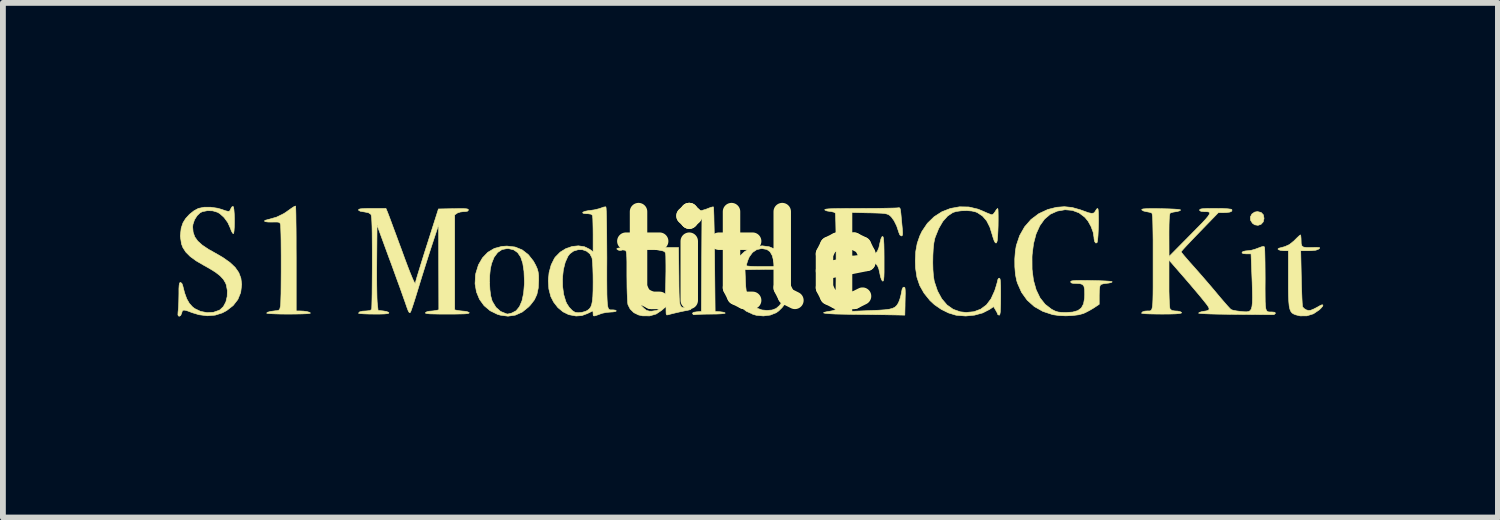
<source format=kicad_pcb>
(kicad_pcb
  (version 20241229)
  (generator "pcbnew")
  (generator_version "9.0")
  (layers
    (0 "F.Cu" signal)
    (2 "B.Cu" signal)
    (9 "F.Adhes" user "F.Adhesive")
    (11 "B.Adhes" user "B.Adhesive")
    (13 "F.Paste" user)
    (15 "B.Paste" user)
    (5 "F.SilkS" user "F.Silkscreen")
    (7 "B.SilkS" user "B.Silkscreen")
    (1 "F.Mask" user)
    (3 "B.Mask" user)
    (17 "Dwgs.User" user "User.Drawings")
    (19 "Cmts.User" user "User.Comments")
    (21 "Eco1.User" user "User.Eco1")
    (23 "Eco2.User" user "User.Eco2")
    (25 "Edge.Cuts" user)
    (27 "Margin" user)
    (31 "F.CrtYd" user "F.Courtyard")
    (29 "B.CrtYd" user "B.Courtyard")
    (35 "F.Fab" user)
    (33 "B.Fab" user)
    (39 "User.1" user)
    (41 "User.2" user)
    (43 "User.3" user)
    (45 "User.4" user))
  (footprint "title"
    (layer "F.Cu")
    (at 9.837 1.418)
    (property "Reference" "title" (at 0 0 0) (layer "F.SilkS") (effects (font (size 1.524 1.524) (thickness 0.3))))
    (attr through_hole)
    (fp_poly (pts (xy 8.767 -0.82) (xy 8.805 -0.78) (xy 8.817 -0.718) (xy 8.803 -0.658) (xy 8.765 -0.616) (xy 8.713 -0.599) (xy 8.657 -0.608) (xy 8.618 -0.635) (xy 8.585 -0.688) (xy 8.583 -0.744) (xy 8.608 -0.793) (xy 8.655 -0.826) (xy 8.704 -0.835) (xy 8.767 -0.82)) (stroke (width 0.01) (type solid)) (fill yes) (layer "F.SilkS"))
    (fp_poly (pts (xy -0.637 -0.915) (xy -0.634 -0.895) (xy -0.632 -0.843) (xy -0.629 -0.761) (xy -0.627 -0.653) (xy -0.624 -0.524) (xy -0.621 -0.375) (xy -0.619 -0.212) (xy -0.617 -0.037) (xy -0.617 -0.012) (xy -0.608 0.88) (xy -0.522 0.885) (xy -0.471 0.892) (xy -0.44 0.902) (xy -0.435 0.908) (xy -0.453 0.915) (xy -0.501 0.92) (xy -0.574 0.924) (xy -0.667 0.925) (xy -0.679 0.925) (xy -0.771 0.926) (xy -0.851 0.928) (xy -0.911 0.931) (xy -0.945 0.934) (xy -0.947 0.935) (xy -0.977 0.936) (xy -0.985 0.932) (xy -0.997 0.909) (xy -0.977 0.894) (xy -0.923 0.886) (xy -0.921 0.886) (xy -0.844 0.88) (xy -0.834 -0.778) (xy -0.916 -0.784) (xy -0.974 -0.792) (xy -0.997 -0.805) (xy -0.986 -0.82) (xy -0.94 -0.834) (xy -0.908 -0.839) (xy -0.832 -0.855) (xy -0.755 -0.879) (xy -0.73 -0.889) (xy -0.68 -0.908) (xy -0.646 -0.916) (xy -0.637 -0.915)) (stroke (width 0.01) (type solid)) (fill yes) (layer "F.SilkS"))
    (fp_poly (pts (xy -4.044 -0.227) (xy -3.922 -0.178) (xy -3.816 -0.096) (xy -3.727 0.017) (xy -3.688 0.088) (xy -3.662 0.147) (xy -3.647 0.201) (xy -3.639 0.264) (xy -3.638 0.345) (xy -3.645 0.478) (xy -3.668 0.586) (xy -3.711 0.68) (xy -3.778 0.767) (xy -3.81 0.801) (xy -3.92 0.89) (xy -4.039 0.943) (xy -4.165 0.961) (xy -4.298 0.943) (xy -4.348 0.928) (xy -4.472 0.867) (xy -4.575 0.78) (xy -4.654 0.671) (xy -4.706 0.544) (xy -4.73 0.406) (xy -4.729 0.387) (xy -4.481 0.387) (xy -4.475 0.506) (xy -4.461 0.613) (xy -4.438 0.696) (xy -4.433 0.708) (xy -4.371 0.81) (xy -4.291 0.88) (xy -4.192 0.92) (xy -4.173 0.924) (xy -4.151 0.92) (xy -4.109 0.91) (xy -4.097 0.906) (xy -4.025 0.868) (xy -3.967 0.797) (xy -3.924 0.696) (xy -3.896 0.565) (xy -3.883 0.406) (xy -3.883 0.357) (xy -3.89 0.188) (xy -3.911 0.051) (xy -3.947 -0.055) (xy -3.999 -0.131) (xy -4.067 -0.178) (xy -4.153 -0.199) (xy -4.18 -0.2) (xy -4.268 -0.183) (xy -4.343 -0.132) (xy -4.404 -0.05) (xy -4.447 0.058) (xy -4.468 0.153) (xy -4.479 0.266) (xy -4.481 0.387) (xy -4.729 0.387) (xy -4.723 0.259) (xy -4.717 0.226) (xy -4.672 0.08) (xy -4.602 -0.041) (xy -4.511 -0.136) (xy -4.4 -0.202) (xy -4.271 -0.237) (xy -4.183 -0.243) (xy -4.044 -0.227)) (stroke (width 0.01) (type solid)) (fill yes) (layer "F.SilkS"))
    (fp_poly (pts (xy -7.812 -0.93) (xy -7.81 -0.91) (xy -7.808 -0.858) (xy -7.806 -0.776) (xy -7.805 -0.668) (xy -7.803 -0.539) (xy -7.802 -0.39) (xy -7.802 -0.227) (xy -7.801 -0.051) (xy -7.801 -0.024) (xy -7.801 0.871) (xy -7.742 0.871) (xy -7.677 0.874) (xy -7.618 0.882) (xy -7.575 0.894) (xy -7.557 0.906) (xy -7.558 0.909) (xy -7.578 0.915) (xy -7.628 0.919) (xy -7.7 0.922) (xy -7.788 0.924) (xy -7.886 0.925) (xy -7.987 0.925) (xy -8.084 0.924) (xy -8.172 0.921) (xy -8.243 0.918) (xy -8.291 0.914) (xy -8.309 0.908) (xy -8.309 0.908) (xy -8.292 0.893) (xy -8.24 0.879) (xy -8.156 0.868) (xy -8.137 0.867) (xy -8.103 0.86) (xy -8.084 0.841) (xy -8.074 0.8) (xy -8.07 0.78) (xy -8.067 0.741) (xy -8.065 0.672) (xy -8.062 0.578) (xy -8.061 0.465) (xy -8.06 0.338) (xy -8.059 0.201) (xy -8.059 0.06) (xy -8.059 -0.08) (xy -8.06 -0.214) (xy -8.061 -0.337) (xy -8.063 -0.444) (xy -8.066 -0.529) (xy -8.068 -0.589) (xy -8.071 -0.615) (xy -8.08 -0.638) (xy -8.096 -0.651) (xy -8.127 -0.656) (xy -8.182 -0.656) (xy -8.215 -0.655) (xy -8.285 -0.656) (xy -8.33 -0.662) (xy -8.347 -0.673) (xy -8.334 -0.685) (xy -8.287 -0.698) (xy -8.287 -0.698) (xy -8.14 -0.739) (xy -8.011 -0.802) (xy -7.937 -0.853) (xy -7.882 -0.892) (xy -7.839 -0.92) (xy -7.814 -0.93) (xy -7.812 -0.93)) (stroke (width 0.01) (type solid)) (fill yes) (layer "F.SilkS"))
    (fp_poly (pts (xy 9.448 -0.419) (xy 9.452 -0.378) (xy 9.453 -0.349) (xy 9.455 -0.285) (xy 9.467 -0.246) (xy 9.495 -0.225) (xy 9.547 -0.218) (xy 9.618 -0.218) (xy 9.699 -0.22) (xy 9.748 -0.219) (xy 9.771 -0.216) (xy 9.773 -0.208) (xy 9.759 -0.194) (xy 9.753 -0.19) (xy 9.707 -0.172) (xy 9.628 -0.164) (xy 9.582 -0.163) (xy 9.447 -0.163) (xy 9.457 0.304) (xy 9.46 0.432) (xy 9.464 0.549) (xy 9.468 0.649) (xy 9.472 0.729) (xy 9.476 0.781) (xy 9.479 0.801) (xy 9.504 0.829) (xy 9.543 0.853) (xy 9.581 0.863) (xy 9.62 0.859) (xy 9.673 0.837) (xy 9.727 0.809) (xy 9.771 0.784) (xy 9.783 0.777) (xy 9.813 0.765) (xy 9.828 0.769) (xy 9.824 0.788) (xy 9.797 0.821) (xy 9.767 0.851) (xy 9.665 0.92) (xy 9.553 0.955) (xy 9.436 0.956) (xy 9.362 0.938) (xy 9.327 0.924) (xy 9.298 0.906) (xy 9.277 0.879) (xy 9.261 0.841) (xy 9.249 0.787) (xy 9.242 0.713) (xy 9.237 0.614) (xy 9.235 0.488) (xy 9.235 0.33) (xy 9.235 0.313) (xy 9.235 -0.163) (xy 9.154 -0.163) (xy 9.104 -0.168) (xy 9.069 -0.179) (xy 9.055 -0.192) (xy 9.07 -0.205) (xy 9.075 -0.207) (xy 9.106 -0.215) (xy 9.157 -0.229) (xy 9.178 -0.235) (xy 9.253 -0.269) (xy 9.331 -0.332) (xy 9.345 -0.346) (xy 9.39 -0.391) (xy 9.425 -0.423) (xy 9.442 -0.435) (xy 9.442 -0.435) (xy 9.448 -0.419)) (stroke (width 0.01) (type solid)) (fill yes) (layer "F.SilkS"))
    (fp_poly (pts (xy 0.32 -0.231) (xy 0.43 -0.185) (xy 0.524 -0.114) (xy 0.557 -0.076) (xy 0.593 -0.018) (xy 0.62 0.043) (xy 0.633 0.098) (xy 0.631 0.135) (xy 0.627 0.141) (xy 0.604 0.146) (xy 0.554 0.151) (xy 0.481 0.154) (xy 0.395 0.155) (xy 0.393 0.156) (xy 0.291 0.156) (xy 0.186 0.158) (xy 0.093 0.159) (xy 0.038 0.16) (xy -0.095 0.163) (xy -0.087 0.361) (xy -0.082 0.455) (xy -0.074 0.525) (xy -0.062 0.579) (xy -0.043 0.63) (xy -0.029 0.661) (xy 0.031 0.757) (xy 0.104 0.82) (xy 0.194 0.854) (xy 0.281 0.862) (xy 0.37 0.855) (xy 0.439 0.829) (xy 0.496 0.78) (xy 0.549 0.706) (xy 0.59 0.646) (xy 0.617 0.62) (xy 0.632 0.627) (xy 0.635 0.65) (xy 0.622 0.696) (xy 0.587 0.755) (xy 0.539 0.816) (xy 0.484 0.87) (xy 0.442 0.901) (xy 0.339 0.942) (xy 0.221 0.957) (xy 0.101 0.946) (xy 0.042 0.929) (xy -0.074 0.875) (xy -0.168 0.801) (xy -0.244 0.701) (xy -0.294 0.604) (xy -0.316 0.545) (xy -0.328 0.482) (xy -0.332 0.4) (xy -0.332 0.363) (xy -0.317 0.202) (xy -0.284 0.094) (xy -0.073 0.094) (xy -0.056 0.099) (xy -0.009 0.104) (xy 0.061 0.107) (xy 0.147 0.109) (xy 0.17 0.109) (xy 0.412 0.109) (xy 0.398 0.019) (xy 0.373 -0.079) (xy 0.335 -0.146) (xy 0.279 -0.185) (xy 0.202 -0.199) (xy 0.187 -0.2) (xy 0.106 -0.182) (xy 0.035 -0.134) (xy -0.021 -0.058) (xy -0.044 -0.005) (xy -0.061 0.047) (xy -0.071 0.084) (xy -0.073 0.094) (xy -0.284 0.094) (xy -0.274 0.063) (xy -0.203 -0.053) (xy -0.103 -0.147) (xy -0.034 -0.19) (xy 0.081 -0.234) (xy 0.202 -0.247) (xy 0.32 -0.231)) (stroke (width 0.01) (type solid)) (fill yes) (layer "F.SilkS"))
    (fp_poly (pts (xy -1.878 0.779) (xy -1.829 0.828) (xy -1.788 0.86) (xy -1.741 0.874) (xy -1.697 0.875) (xy -1.607 0.861) (xy -1.539 0.819) (xy -1.493 0.757) (xy -1.482 0.732) (xy -1.473 0.7) (xy -1.467 0.654) (xy -1.462 0.59) (xy -1.459 0.503) (xy -1.456 0.388) (xy -1.455 0.311) (xy -1.453 0.194) (xy -1.453 0.087) (xy -1.454 -0.003) (xy -1.455 -0.072) (xy -1.458 -0.112) (xy -1.459 -0.117) (xy -1.472 -0.143) (xy -1.501 -0.159) (xy -1.556 -0.17) (xy -1.561 -0.171) (xy -1.618 -0.181) (xy -1.642 -0.192) (xy -1.635 -0.201) (xy -1.598 -0.21) (xy -1.534 -0.215) (xy -1.445 -0.218) (xy -1.433 -0.218) (xy -1.236 -0.218) (xy -1.23 0.282) (xy -1.229 0.435) (xy -1.227 0.556) (xy -1.224 0.648) (xy -1.218 0.715) (xy -1.21 0.762) (xy -1.197 0.791) (xy -1.179 0.808) (xy -1.155 0.815) (xy -1.124 0.816) (xy -1.093 0.816) (xy -1.039 0.821) (xy -1.018 0.833) (xy -1.031 0.848) (xy -1.079 0.86) (xy -1.084 0.861) (xy -1.138 0.871) (xy -1.213 0.887) (xy -1.296 0.906) (xy -1.373 0.925) (xy -1.42 0.938) (xy -1.44 0.939) (xy -1.449 0.919) (xy -1.451 0.871) (xy -1.451 0.794) (xy -1.523 0.858) (xy -1.621 0.924) (xy -1.732 0.956) (xy -1.854 0.955) (xy -1.923 0.94) (xy -2.003 0.901) (xy -2.067 0.838) (xy -2.105 0.763) (xy -2.11 0.727) (xy -2.114 0.66) (xy -2.118 0.569) (xy -2.121 0.461) (xy -2.122 0.34) (xy -2.123 0.269) (xy -2.123 0.133) (xy -2.123 0.029) (xy -2.125 -0.047) (xy -2.128 -0.101) (xy -2.132 -0.135) (xy -2.138 -0.156) (xy -2.147 -0.167) (xy -2.158 -0.172) (xy -2.159 -0.172) (xy -2.197 -0.177) (xy -2.213 -0.172) (xy -2.242 -0.167) (xy -2.273 -0.175) (xy -2.294 -0.19) (xy -2.294 -0.201) (xy -2.273 -0.208) (xy -2.223 -0.213) (xy -2.153 -0.217) (xy -2.086 -0.218) (xy -1.888 -0.218) (xy -1.878 0.779)) (stroke (width 0.01) (type solid)) (fill yes) (layer "F.SilkS"))
    (fp_poly (pts (xy 3.748 -0.914) (xy 3.906 -0.877) (xy 3.993 -0.841) (xy 4.058 -0.812) (xy 4.111 -0.791) (xy 4.144 -0.78) (xy 4.147 -0.78) (xy 4.171 -0.795) (xy 4.198 -0.831) (xy 4.2 -0.835) (xy 4.223 -0.871) (xy 4.243 -0.889) (xy 4.244 -0.889) (xy 4.249 -0.872) (xy 4.251 -0.826) (xy 4.252 -0.759) (xy 4.252 -0.679) (xy 4.251 -0.591) (xy 4.248 -0.505) (xy 4.244 -0.427) (xy 4.239 -0.365) (xy 4.235 -0.33) (xy 4.222 -0.297) (xy 4.204 -0.298) (xy 4.184 -0.332) (xy 4.162 -0.396) (xy 4.152 -0.431) (xy 4.109 -0.569) (xy 4.054 -0.677) (xy 3.984 -0.758) (xy 3.897 -0.816) (xy 3.87 -0.828) (xy 3.801 -0.845) (xy 3.713 -0.852) (xy 3.618 -0.849) (xy 3.531 -0.837) (xy 3.474 -0.819) (xy 3.384 -0.759) (xy 3.302 -0.667) (xy 3.231 -0.545) (xy 3.171 -0.396) (xy 3.163 -0.371) (xy 3.148 -0.297) (xy 3.137 -0.197) (xy 3.131 -0.08) (xy 3.129 0.043) (xy 3.132 0.163) (xy 3.14 0.269) (xy 3.153 0.353) (xy 3.155 0.363) (xy 3.21 0.527) (xy 3.283 0.662) (xy 3.373 0.768) (xy 3.479 0.843) (xy 3.601 0.886) (xy 3.701 0.897) (xy 3.837 0.884) (xy 3.953 0.84) (xy 4.051 0.767) (xy 4.13 0.662) (xy 4.192 0.525) (xy 4.197 0.51) (xy 4.219 0.439) (xy 4.236 0.38) (xy 4.245 0.342) (xy 4.245 0.336) (xy 4.259 0.312) (xy 4.271 0.308) (xy 4.28 0.314) (xy 4.287 0.335) (xy 4.291 0.375) (xy 4.294 0.44) (xy 4.295 0.532) (xy 4.295 0.626) (xy 4.294 0.745) (xy 4.291 0.832) (xy 4.288 0.891) (xy 4.282 0.926) (xy 4.274 0.942) (xy 4.269 0.943) (xy 4.247 0.935) (xy 4.245 0.93) (xy 4.237 0.907) (xy 4.215 0.867) (xy 4.209 0.857) (xy 4.173 0.797) (xy 4.105 0.844) (xy 3.986 0.905) (xy 3.846 0.943) (xy 3.695 0.958) (xy 3.541 0.946) (xy 3.52 0.942) (xy 3.399 0.905) (xy 3.274 0.843) (xy 3.159 0.764) (xy 3.082 0.693) (xy 2.979 0.565) (xy 2.905 0.434) (xy 2.857 0.292) (xy 2.833 0.131) (xy 2.829 0.009) (xy 2.837 -0.152) (xy 2.862 -0.29) (xy 2.907 -0.419) (xy 2.944 -0.496) (xy 3.037 -0.634) (xy 3.152 -0.746) (xy 3.286 -0.832) (xy 3.433 -0.889) (xy 3.588 -0.917) (xy 3.748 -0.914)) (stroke (width 0.01) (type solid)) (fill yes) (layer "F.SilkS"))
    (fp_poly (pts (xy -8.877 -0.909) (xy -8.87 -0.864) (xy -8.865 -0.799) (xy -8.862 -0.723) (xy -8.862 -0.644) (xy -8.864 -0.569) (xy -8.868 -0.508) (xy -8.874 -0.467) (xy -8.881 -0.456) (xy -8.896 -0.469) (xy -8.916 -0.507) (xy -8.931 -0.549) (xy -8.975 -0.646) (xy -9.038 -0.733) (xy -9.111 -0.799) (xy -9.151 -0.823) (xy -9.234 -0.848) (xy -9.326 -0.851) (xy -9.411 -0.834) (xy -9.449 -0.816) (xy -9.502 -0.766) (xy -9.547 -0.695) (xy -9.574 -0.616) (xy -9.579 -0.572) (xy -9.571 -0.481) (xy -9.543 -0.401) (xy -9.492 -0.329) (xy -9.414 -0.259) (xy -9.307 -0.187) (xy -9.215 -0.136) (xy -9.061 -0.047) (xy -8.939 0.039) (xy -8.849 0.124) (xy -8.787 0.213) (xy -8.751 0.308) (xy -8.738 0.411) (xy -8.738 0.419) (xy -8.754 0.553) (xy -8.803 0.674) (xy -8.884 0.778) (xy -8.996 0.865) (xy -9.071 0.905) (xy -9.192 0.943) (xy -9.327 0.954) (xy -9.47 0.936) (xy -9.586 0.901) (xy -9.662 0.872) (xy -9.712 0.858) (xy -9.741 0.858) (xy -9.757 0.873) (xy -9.766 0.903) (xy -9.767 0.907) (xy -9.785 0.95) (xy -9.808 0.962) (xy -9.825 0.956) (xy -9.832 0.936) (xy -9.83 0.891) (xy -9.827 0.866) (xy -9.822 0.807) (xy -9.818 0.724) (xy -9.816 0.631) (xy -9.815 0.576) (xy -9.815 0.488) (xy -9.811 0.43) (xy -9.805 0.397) (xy -9.796 0.383) (xy -9.788 0.381) (xy -9.765 0.397) (xy -9.751 0.431) (xy -9.717 0.563) (xy -9.68 0.664) (xy -9.636 0.741) (xy -9.583 0.8) (xy -9.545 0.83) (xy -9.443 0.879) (xy -9.333 0.9) (xy -9.222 0.894) (xy -9.122 0.859) (xy -9.109 0.851) (xy -9.051 0.796) (xy -9.009 0.717) (xy -8.986 0.622) (xy -8.983 0.522) (xy -9.001 0.424) (xy -9.015 0.389) (xy -9.052 0.327) (xy -9.108 0.267) (xy -9.188 0.205) (xy -9.295 0.139) (xy -9.381 0.091) (xy -9.517 0.012) (xy -9.62 -0.063) (xy -9.696 -0.139) (xy -9.747 -0.218) (xy -9.771 -0.281) (xy -9.791 -0.416) (xy -9.776 -0.55) (xy -9.744 -0.644) (xy -9.699 -0.716) (xy -9.633 -0.788) (xy -9.556 -0.849) (xy -9.482 -0.889) (xy -9.478 -0.89) (xy -9.382 -0.91) (xy -9.269 -0.91) (xy -9.153 -0.893) (xy -9.082 -0.873) (xy -9.015 -0.849) (xy -8.973 -0.839) (xy -8.95 -0.841) (xy -8.936 -0.856) (xy -8.926 -0.88) (xy -8.906 -0.914) (xy -8.886 -0.925) (xy -8.877 -0.909)) (stroke (width 0.01) (type solid)) (fill yes) (layer "F.SilkS"))
    (fp_poly (pts (xy 5.52 -0.906) (xy 5.662 -0.866) (xy 5.723 -0.844) (xy 5.803 -0.815) (xy 5.858 -0.804) (xy 5.895 -0.811) (xy 5.918 -0.838) (xy 5.923 -0.848) (xy 5.944 -0.88) (xy 5.961 -0.889) (xy 5.968 -0.872) (xy 5.972 -0.826) (xy 5.974 -0.759) (xy 5.975 -0.677) (xy 5.973 -0.589) (xy 5.97 -0.501) (xy 5.966 -0.42) (xy 5.96 -0.355) (xy 5.953 -0.312) (xy 5.948 -0.3) (xy 5.928 -0.295) (xy 5.91 -0.318) (xy 5.899 -0.364) (xy 5.897 -0.394) (xy 5.883 -0.481) (xy 5.847 -0.578) (xy 5.796 -0.67) (xy 5.742 -0.736) (xy 5.641 -0.813) (xy 5.526 -0.856) (xy 5.4 -0.867) (xy 5.265 -0.843) (xy 5.263 -0.842) (xy 5.147 -0.79) (xy 5.048 -0.706) (xy 4.967 -0.593) (xy 4.903 -0.452) (xy 4.859 -0.285) (xy 4.835 -0.094) (xy 4.833 -0.054) (xy 4.834 0.156) (xy 4.858 0.344) (xy 4.904 0.508) (xy 4.971 0.647) (xy 5.059 0.758) (xy 5.167 0.841) (xy 5.174 0.845) (xy 5.229 0.873) (xy 5.279 0.889) (xy 5.336 0.896) (xy 5.415 0.898) (xy 5.416 0.898) (xy 5.533 0.89) (xy 5.62 0.865) (xy 5.68 0.82) (xy 5.718 0.75) (xy 5.735 0.653) (xy 5.738 0.587) (xy 5.736 0.503) (xy 5.725 0.448) (xy 5.699 0.416) (xy 5.656 0.402) (xy 5.595 0.399) (xy 5.536 0.397) (xy 5.505 0.388) (xy 5.497 0.372) (xy 5.501 0.362) (xy 5.516 0.355) (xy 5.547 0.351) (xy 5.598 0.348) (xy 5.673 0.347) (xy 5.777 0.348) (xy 5.856 0.349) (xy 5.988 0.352) (xy 6.091 0.356) (xy 6.163 0.361) (xy 6.203 0.367) (xy 6.21 0.372) (xy 6.191 0.384) (xy 6.147 0.393) (xy 6.119 0.396) (xy 6.063 0.403) (xy 6.021 0.415) (xy 6.01 0.421) (xy 5.997 0.451) (xy 5.989 0.517) (xy 5.987 0.598) (xy 5.987 0.757) (xy 5.892 0.82) (xy 5.825 0.86) (xy 5.754 0.897) (xy 5.715 0.915) (xy 5.633 0.937) (xy 5.529 0.95) (xy 5.413 0.955) (xy 5.298 0.95) (xy 5.197 0.936) (xy 5.19 0.935) (xy 5.02 0.879) (xy 4.873 0.796) (xy 4.75 0.686) (xy 4.653 0.551) (xy 4.583 0.393) (xy 4.569 0.347) (xy 4.548 0.241) (xy 4.538 0.113) (xy 4.537 -0.022) (xy 4.547 -0.152) (xy 4.563 -0.251) (xy 4.621 -0.423) (xy 4.706 -0.573) (xy 4.816 -0.699) (xy 4.949 -0.799) (xy 5.104 -0.871) (xy 5.255 -0.909) (xy 5.388 -0.919) (xy 5.52 -0.906)) (stroke (width 0.01) (type solid)) (fill yes) (layer "F.SilkS"))
    (fp_poly (pts (xy -2.484 -0.915) (xy -2.48 -0.895) (xy -2.477 -0.843) (xy -2.474 -0.76) (xy -2.472 -0.651) (xy -2.47 -0.519) (xy -2.469 -0.367) (xy -2.468 -0.198) (xy -2.467 -0.037) (xy -2.468 0.166) (xy -2.468 0.335) (xy -2.467 0.475) (xy -2.466 0.587) (xy -2.463 0.674) (xy -2.459 0.74) (xy -2.453 0.788) (xy -2.445 0.82) (xy -2.434 0.84) (xy -2.42 0.85) (xy -2.403 0.853) (xy -2.382 0.853) (xy -2.357 0.853) (xy -2.32 0.858) (xy -2.304 0.871) (xy -2.321 0.881) (xy -2.363 0.888) (xy -2.399 0.89) (xy -2.472 0.896) (xy -2.543 0.91) (xy -2.567 0.918) (xy -2.635 0.943) (xy -2.675 0.956) (xy -2.695 0.955) (xy -2.702 0.942) (xy -2.703 0.918) (xy -2.705 0.883) (xy -2.708 0.871) (xy -2.725 0.878) (xy -2.765 0.898) (xy -2.802 0.916) (xy -2.897 0.951) (xy -2.996 0.958) (xy -3.109 0.937) (xy -3.127 0.932) (xy -3.22 0.886) (xy -3.308 0.813) (xy -3.381 0.719) (xy -3.429 0.625) (xy -3.463 0.494) (xy -3.472 0.353) (xy -3.468 0.305) (xy -3.229 0.305) (xy -3.227 0.449) (xy -3.209 0.586) (xy -3.173 0.706) (xy -3.156 0.744) (xy -3.113 0.81) (xy -3.059 0.866) (xy -3.012 0.895) (xy -2.962 0.902) (xy -2.897 0.896) (xy -2.833 0.878) (xy -2.801 0.862) (xy -2.769 0.837) (xy -2.745 0.806) (xy -2.728 0.763) (xy -2.716 0.704) (xy -2.708 0.624) (xy -2.704 0.518) (xy -2.703 0.382) (xy -2.703 0.368) (xy -2.704 0.255) (xy -2.707 0.151) (xy -2.711 0.062) (xy -2.717 -0.005) (xy -2.722 -0.04) (xy -2.758 -0.109) (xy -2.814 -0.155) (xy -2.885 -0.18) (xy -2.962 -0.18) (xy -3.037 -0.158) (xy -3.102 -0.111) (xy -3.135 -0.068) (xy -3.182 0.036) (xy -3.214 0.164) (xy -3.229 0.305) (xy -3.468 0.305) (xy -3.459 0.212) (xy -3.423 0.08) (xy -3.367 -0.033) (xy -3.35 -0.056) (xy -3.268 -0.139) (xy -3.171 -0.199) (xy -3.064 -0.236) (xy -2.956 -0.247) (xy -2.853 -0.232) (xy -2.762 -0.188) (xy -2.751 -0.18) (xy -2.703 -0.143) (xy -2.703 -0.442) (xy -2.704 -0.544) (xy -2.706 -0.635) (xy -2.708 -0.707) (xy -2.712 -0.755) (xy -2.714 -0.77) (xy -2.737 -0.79) (xy -2.787 -0.798) (xy -2.807 -0.798) (xy -2.861 -0.802) (xy -2.883 -0.813) (xy -2.876 -0.826) (xy -2.841 -0.84) (xy -2.781 -0.852) (xy -2.756 -0.854) (xy -2.681 -0.865) (xy -2.61 -0.882) (xy -2.57 -0.895) (xy -2.523 -0.912) (xy -2.489 -0.917) (xy -2.484 -0.915)) (stroke (width 0.01) (type solid)) (fill yes) (layer "F.SilkS"))
    (fp_poly (pts (xy 2.566 -0.892) (xy 2.574 -0.863) (xy 2.581 -0.807) (xy 2.584 -0.777) (xy 2.592 -0.689) (xy 2.601 -0.596) (xy 2.607 -0.531) (xy 2.611 -0.468) (xy 2.609 -0.433) (xy 2.6 -0.419) (xy 2.589 -0.417) (xy 2.563 -0.435) (xy 2.542 -0.488) (xy 2.541 -0.494) (xy 2.509 -0.589) (xy 2.466 -0.676) (xy 2.417 -0.744) (xy 2.389 -0.77) (xy 2.367 -0.784) (xy 2.339 -0.794) (xy 2.302 -0.802) (xy 2.247 -0.807) (xy 2.17 -0.81) (xy 2.063 -0.813) (xy 2.04 -0.813) (xy 1.742 -0.82) (xy 1.742 -0.073) (xy 1.893 -0.073) (xy 2.003 -0.076) (xy 2.084 -0.087) (xy 2.14 -0.112) (xy 2.178 -0.153) (xy 2.204 -0.216) (xy 2.222 -0.299) (xy 2.239 -0.366) (xy 2.257 -0.403) (xy 2.267 -0.408) (xy 2.275 -0.402) (xy 2.282 -0.379) (xy 2.286 -0.337) (xy 2.29 -0.272) (xy 2.292 -0.179) (xy 2.293 -0.054) (xy 2.293 -0.022) (xy 2.293 0.107) (xy 2.293 0.205) (xy 2.291 0.275) (xy 2.287 0.321) (xy 2.282 0.347) (xy 2.275 0.358) (xy 2.269 0.359) (xy 2.25 0.337) (xy 2.231 0.282) (xy 2.22 0.227) (xy 2.203 0.151) (xy 2.183 0.101) (xy 2.154 0.063) (xy 2.141 0.05) (xy 2.113 0.027) (xy 2.085 0.012) (xy 2.048 0.004) (xy 1.993 0.001) (xy 1.914 0) (xy 1.742 0) (xy 1.742 0.877) (xy 2.072 0.864) (xy 2.206 0.858) (xy 2.308 0.851) (xy 2.384 0.841) (xy 2.44 0.826) (xy 2.48 0.806) (xy 2.51 0.778) (xy 2.534 0.741) (xy 2.542 0.726) (xy 2.564 0.669) (xy 2.583 0.598) (xy 2.59 0.562) (xy 2.603 0.498) (xy 2.619 0.467) (xy 2.631 0.463) (xy 2.641 0.464) (xy 2.649 0.47) (xy 2.653 0.486) (xy 2.656 0.517) (xy 2.657 0.569) (xy 2.655 0.646) (xy 2.653 0.752) (xy 2.653 0.78) (xy 2.649 0.943) (xy 2.463 0.939) (xy 2.394 0.938) (xy 2.296 0.936) (xy 2.176 0.935) (xy 2.041 0.933) (xy 1.897 0.931) (xy 1.764 0.93) (xy 1.59 0.927) (xy 1.452 0.924) (xy 1.35 0.918) (xy 1.284 0.912) (xy 1.254 0.905) (xy 1.261 0.896) (xy 1.303 0.886) (xy 1.347 0.879) (xy 1.403 0.868) (xy 1.444 0.855) (xy 1.456 0.846) (xy 1.459 0.824) (xy 1.461 0.769) (xy 1.464 0.688) (xy 1.465 0.584) (xy 1.467 0.461) (xy 1.468 0.325) (xy 1.469 0.179) (xy 1.469 0.028) (xy 1.469 -0.123) (xy 1.468 -0.269) (xy 1.467 -0.407) (xy 1.466 -0.532) (xy 1.464 -0.639) (xy 1.461 -0.724) (xy 1.459 -0.782) (xy 1.456 -0.81) (xy 1.455 -0.811) (xy 1.43 -0.825) (xy 1.383 -0.836) (xy 1.362 -0.838) (xy 1.312 -0.846) (xy 1.279 -0.86) (xy 1.274 -0.866) (xy 1.28 -0.873) (xy 1.302 -0.878) (xy 1.343 -0.882) (xy 1.408 -0.885) (xy 1.497 -0.887) (xy 1.616 -0.888) (xy 1.766 -0.889) (xy 1.881 -0.889) (xy 2.028 -0.89) (xy 2.165 -0.89) (xy 2.287 -0.892) (xy 2.389 -0.894) (xy 2.468 -0.896) (xy 2.517 -0.898) (xy 2.533 -0.9) (xy 2.553 -0.902) (xy 2.566 -0.892)) (stroke (width 0.01) (type solid)) (fill yes) (layer "F.SilkS"))
    (fp_poly (pts (xy -6.235 -0.83) (xy -6.223 -0.799) (xy -6.2 -0.739) (xy -6.168 -0.653) (xy -6.129 -0.547) (xy -6.083 -0.424) (xy -6.034 -0.29) (xy -5.995 -0.186) (xy -5.933 -0.016) (xy -5.881 0.122) (xy -5.839 0.229) (xy -5.806 0.309) (xy -5.782 0.362) (xy -5.766 0.391) (xy -5.756 0.398) (xy -5.752 0.385) (xy -5.751 0.376) (xy -5.746 0.354) (xy -5.731 0.301) (xy -5.707 0.222) (xy -5.676 0.121) (xy -5.639 0.001) (xy -5.597 -0.133) (xy -5.555 -0.264) (xy -5.359 -0.88) (xy -5.101 -0.885) (xy -4.999 -0.886) (xy -4.927 -0.886) (xy -4.881 -0.883) (xy -4.856 -0.878) (xy -4.845 -0.869) (xy -4.844 -0.862) (xy -4.855 -0.844) (xy -4.891 -0.836) (xy -4.922 -0.835) (xy -4.981 -0.828) (xy -5.031 -0.812) (xy -5.04 -0.806) (xy -5.08 -0.778) (xy -5.08 0.852) (xy -5.039 0.861) (xy -4.995 0.868) (xy -4.936 0.874) (xy -4.918 0.875) (xy -4.868 0.883) (xy -4.835 0.896) (xy -4.83 0.903) (xy -4.836 0.91) (xy -4.859 0.916) (xy -4.905 0.921) (xy -4.977 0.923) (xy -5.077 0.925) (xy -5.207 0.925) (xy -5.34 0.925) (xy -5.44 0.923) (xy -5.51 0.921) (xy -5.556 0.916) (xy -5.579 0.91) (xy -5.584 0.903) (xy -5.562 0.887) (xy -5.519 0.876) (xy -5.505 0.875) (xy -5.447 0.87) (xy -5.398 0.862) (xy -5.393 0.861) (xy -5.352 0.852) (xy -5.354 0.122) (xy -5.356 -0.608) (xy -5.464 -0.281) (xy -5.503 -0.162) (xy -5.549 -0.018) (xy -5.598 0.137) (xy -5.647 0.293) (xy -5.692 0.439) (xy -5.699 0.462) (xy -5.735 0.58) (xy -5.768 0.686) (xy -5.797 0.775) (xy -5.82 0.843) (xy -5.835 0.884) (xy -5.841 0.895) (xy -5.852 0.902) (xy -5.863 0.894) (xy -5.878 0.868) (xy -5.897 0.819) (xy -5.924 0.741) (xy -5.934 0.712) (xy -5.954 0.656) (xy -5.984 0.571) (xy -6.022 0.464) (xy -6.068 0.339) (xy -6.118 0.201) (xy -6.17 0.057) (xy -6.201 -0.025) (xy -6.413 -0.604) (xy -6.418 0.004) (xy -6.419 0.155) (xy -6.419 0.301) (xy -6.418 0.434) (xy -6.416 0.551) (xy -6.414 0.646) (xy -6.411 0.713) (xy -6.409 0.736) (xy -6.395 0.862) (xy -6.306 0.871) (xy -6.253 0.88) (xy -6.217 0.894) (xy -6.209 0.903) (xy -6.215 0.912) (xy -6.24 0.918) (xy -6.291 0.923) (xy -6.37 0.925) (xy -6.466 0.925) (xy -6.56 0.924) (xy -6.639 0.921) (xy -6.697 0.917) (xy -6.728 0.912) (xy -6.731 0.909) (xy -6.714 0.888) (xy -6.664 0.875) (xy -6.595 0.871) (xy -6.537 0.865) (xy -6.509 0.847) (xy -6.506 0.842) (xy -6.504 0.818) (xy -6.502 0.762) (xy -6.5 0.678) (xy -6.498 0.568) (xy -6.497 0.438) (xy -6.496 0.291) (xy -6.495 0.131) (xy -6.495 0.029) (xy -6.495 -0.168) (xy -6.496 -0.333) (xy -6.497 -0.466) (xy -6.499 -0.572) (xy -6.502 -0.654) (xy -6.505 -0.713) (xy -6.51 -0.754) (xy -6.515 -0.779) (xy -6.519 -0.788) (xy -6.56 -0.815) (xy -6.634 -0.83) (xy -6.637 -0.83) (xy -6.701 -0.841) (xy -6.729 -0.857) (xy -6.731 -0.864) (xy -6.724 -0.875) (xy -6.699 -0.882) (xy -6.653 -0.886) (xy -6.579 -0.889) (xy -6.495 -0.889) (xy -6.26 -0.889) (xy -6.235 -0.83)) (stroke (width 0.01) (type solid)) (fill yes) (layer "F.SilkS"))
    (fp_poly (pts (xy 8.106 -0.888) (xy 8.194 -0.883) (xy 8.248 -0.876) (xy 8.265 -0.869) (xy 8.265 -0.844) (xy 8.232 -0.827) (xy 8.168 -0.818) (xy 8.13 -0.817) (xy 8.032 -0.816) (xy 7.713 -0.487) (xy 7.626 -0.397) (xy 7.548 -0.315) (xy 7.482 -0.245) (xy 7.432 -0.191) (xy 7.402 -0.156) (xy 7.393 -0.144) (xy 7.405 -0.127) (xy 7.437 -0.087) (xy 7.485 -0.031) (xy 7.545 0.038) (xy 7.587 0.085) (xy 7.667 0.175) (xy 7.761 0.282) (xy 7.86 0.397) (xy 7.954 0.507) (xy 8 0.562) (xy 8.071 0.647) (xy 8.136 0.722) (xy 8.19 0.784) (xy 8.23 0.827) (xy 8.251 0.847) (xy 8.284 0.859) (xy 8.341 0.87) (xy 8.411 0.879) (xy 8.42 0.88) (xy 8.474 0.885) (xy 8.518 0.886) (xy 8.552 0.881) (xy 8.579 0.866) (xy 8.598 0.838) (xy 8.61 0.793) (xy 8.617 0.728) (xy 8.619 0.64) (xy 8.617 0.526) (xy 8.613 0.382) (xy 8.606 0.205) (xy 8.606 0.204) (xy 8.594 -0.109) (xy 8.515 -0.109) (xy 8.463 -0.113) (xy 8.438 -0.125) (xy 8.444 -0.141) (xy 8.465 -0.152) (xy 8.503 -0.16) (xy 8.551 -0.164) (xy 8.6 -0.171) (xy 8.664 -0.189) (xy 8.712 -0.207) (xy 8.771 -0.229) (xy 8.804 -0.237) (xy 8.821 -0.231) (xy 8.825 -0.223) (xy 8.828 -0.199) (xy 8.83 -0.143) (xy 8.832 -0.06) (xy 8.834 0.044) (xy 8.835 0.166) (xy 8.836 0.3) (xy 8.836 0.335) (xy 8.835 0.492) (xy 8.836 0.615) (xy 8.837 0.711) (xy 8.841 0.781) (xy 8.847 0.83) (xy 8.857 0.861) (xy 8.872 0.879) (xy 8.892 0.887) (xy 8.918 0.889) (xy 8.951 0.889) (xy 8.956 0.889) (xy 9.002 0.894) (xy 9.013 0.91) (xy 9.012 0.912) (xy 8.99 0.933) (xy 8.979 0.935) (xy 8.956 0.935) (xy 8.9 0.934) (xy 8.817 0.934) (xy 8.71 0.933) (xy 8.585 0.932) (xy 8.445 0.931) (xy 8.323 0.93) (xy 8.162 0.928) (xy 8.019 0.926) (xy 7.898 0.923) (xy 7.802 0.919) (xy 7.734 0.915) (xy 7.698 0.91) (xy 7.693 0.908) (xy 7.709 0.895) (xy 7.749 0.883) (xy 7.771 0.879) (xy 7.828 0.87) (xy 7.863 0.858) (xy 7.875 0.838) (xy 7.865 0.806) (xy 7.832 0.758) (xy 7.776 0.688) (xy 7.76 0.668) (xy 7.7 0.595) (xy 7.623 0.504) (xy 7.538 0.404) (xy 7.452 0.304) (xy 7.403 0.248) (xy 7.185 -0.003) (xy 7.185 0.399) (xy 7.185 0.535) (xy 7.188 0.65) (xy 7.192 0.742) (xy 7.197 0.805) (xy 7.203 0.836) (xy 7.203 0.836) (xy 7.236 0.864) (xy 7.284 0.871) (xy 7.335 0.874) (xy 7.373 0.882) (xy 7.374 0.882) (xy 7.4 0.896) (xy 7.398 0.907) (xy 7.366 0.915) (xy 7.302 0.921) (xy 7.206 0.924) (xy 7.075 0.925) (xy 7.058 0.925) (xy 6.95 0.924) (xy 6.856 0.922) (xy 6.781 0.919) (xy 6.732 0.914) (xy 6.713 0.909) (xy 6.713 0.909) (xy 6.729 0.888) (xy 6.771 0.874) (xy 6.813 0.871) (xy 6.836 0.871) (xy 6.855 0.871) (xy 6.871 0.866) (xy 6.884 0.854) (xy 6.893 0.832) (xy 6.901 0.796) (xy 6.906 0.744) (xy 6.909 0.673) (xy 6.911 0.579) (xy 6.912 0.46) (xy 6.912 0.312) (xy 6.912 0.132) (xy 6.912 0.026) (xy 6.912 -0.178) (xy 6.912 -0.348) (xy 6.91 -0.487) (xy 6.908 -0.598) (xy 6.906 -0.682) (xy 6.903 -0.743) (xy 6.898 -0.783) (xy 6.893 -0.805) (xy 6.89 -0.81) (xy 6.858 -0.822) (xy 6.808 -0.832) (xy 6.796 -0.834) (xy 6.749 -0.845) (xy 6.72 -0.862) (xy 6.717 -0.867) (xy 6.722 -0.875) (xy 6.744 -0.881) (xy 6.787 -0.884) (xy 6.857 -0.886) (xy 6.956 -0.886) (xy 7.047 -0.885) (xy 7.171 -0.882) (xy 7.27 -0.878) (xy 7.34 -0.873) (xy 7.378 -0.866) (xy 7.385 -0.862) (xy 7.369 -0.849) (xy 7.329 -0.837) (xy 7.308 -0.834) (xy 7.254 -0.825) (xy 7.214 -0.814) (xy 7.207 -0.81) (xy 7.199 -0.795) (xy 7.193 -0.759) (xy 7.189 -0.699) (xy 7.186 -0.61) (xy 7.185 -0.491) (xy 7.185 -0.43) (xy 7.186 -0.064) (xy 7.551 -0.433) (xy 7.661 -0.545) (xy 7.748 -0.633) (xy 7.812 -0.702) (xy 7.855 -0.753) (xy 7.878 -0.789) (xy 7.884 -0.812) (xy 7.874 -0.826) (xy 7.849 -0.832) (xy 7.811 -0.834) (xy 7.788 -0.834) (xy 7.736 -0.839) (xy 7.713 -0.852) (xy 7.711 -0.862) (xy 7.716 -0.872) (xy 7.734 -0.88) (xy 7.77 -0.885) (xy 7.83 -0.888) (xy 7.919 -0.889) (xy 7.982 -0.889) (xy 8.106 -0.888)) (stroke (width 0.01) (type solid)) (fill yes) (layer "F.SilkS")))
  (gr_rect
    (start -3 -3)
    (end 22.67 5.836)
    (stroke (width 0.1) (type default))
    (fill no)
    (layer "Edge.Cuts")))
</source>
